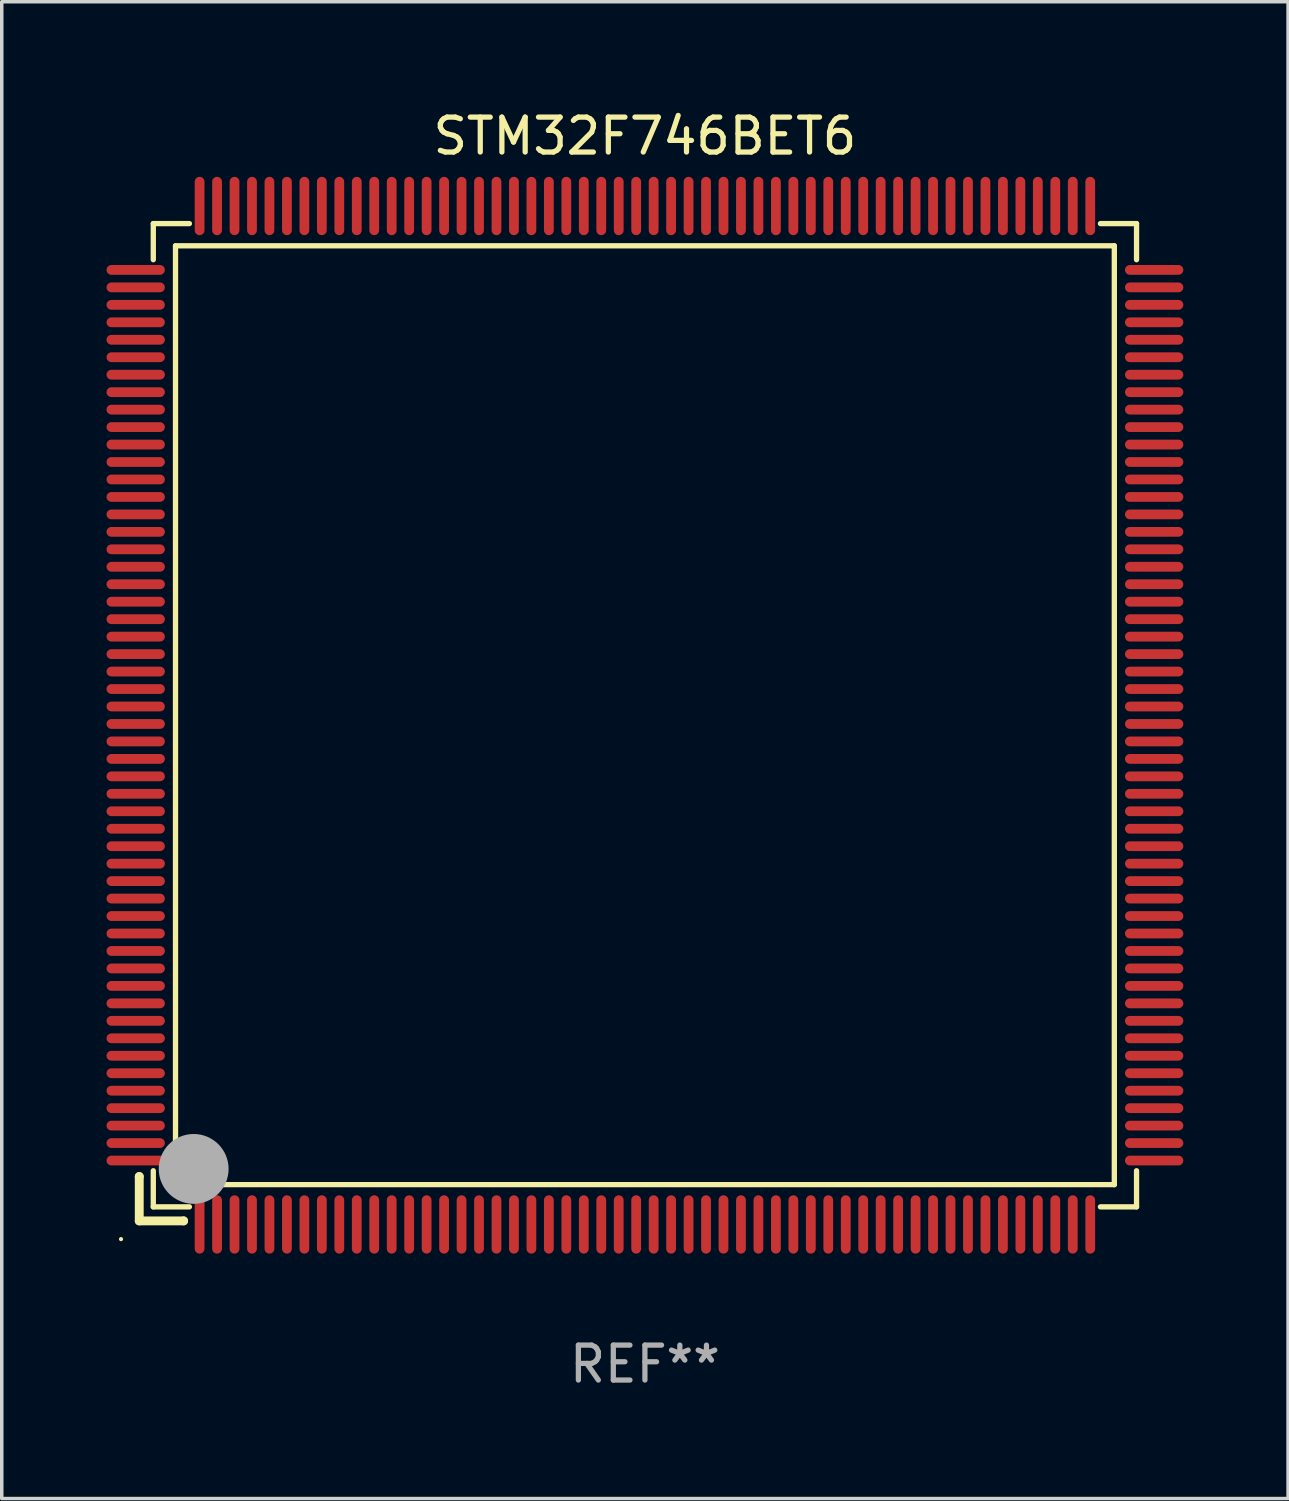
<source format=kicad_pcb>
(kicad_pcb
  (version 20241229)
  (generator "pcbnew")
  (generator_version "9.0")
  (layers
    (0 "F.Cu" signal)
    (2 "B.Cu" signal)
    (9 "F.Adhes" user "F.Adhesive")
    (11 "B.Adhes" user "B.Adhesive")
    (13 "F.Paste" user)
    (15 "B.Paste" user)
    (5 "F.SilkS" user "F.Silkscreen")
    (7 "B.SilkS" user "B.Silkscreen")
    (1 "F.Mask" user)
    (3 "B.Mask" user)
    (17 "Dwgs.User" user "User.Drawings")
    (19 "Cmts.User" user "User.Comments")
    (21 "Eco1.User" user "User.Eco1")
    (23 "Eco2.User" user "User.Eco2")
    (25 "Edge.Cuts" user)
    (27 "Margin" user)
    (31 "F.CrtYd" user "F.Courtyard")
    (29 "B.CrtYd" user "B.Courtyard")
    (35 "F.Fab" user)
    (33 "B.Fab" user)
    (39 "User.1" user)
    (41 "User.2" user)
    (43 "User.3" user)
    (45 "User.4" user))
  (footprint "STM32F746BET6"
    (layer "F.Cu")
    (at 15.415 17.428)
    (property "Reference" "STM32F746BET6" (at 0 -16.58 0) (layer "F.SilkS") (effects (font (size 1 1) (thickness 0.15))))
    (attr through_hole)
    (fp_line (start -14.478 13.208) (end -14.478 13.208) (stroke (width 0.254) (type solid)) (layer "F.SilkS"))
    (fp_line (start -14.478 13.208) (end -14.478 14.478) (stroke (width 0.254) (type solid)) (layer "F.SilkS"))
    (fp_line (start -14.478 14.478) (end -13.208 14.478) (stroke (width 0.254) (type solid)) (layer "F.SilkS"))
    (fp_line (start -14.076 -14.076) (end -14.076 -13.042) (stroke (width 0.152) (type solid)) (layer "F.SilkS"))
    (fp_line (start -14.076 14.076) (end -14.076 13.042) (stroke (width 0.152) (type solid)) (layer "F.SilkS"))
    (fp_line (start -13.44 -13.44) (end 13.44 -13.44) (stroke (width 0.152) (type solid)) (layer "F.SilkS"))
    (fp_line (start -13.44 13.44) (end -13.44 -13.44) (stroke (width 0.152) (type solid)) (layer "F.SilkS"))
    (fp_line (start -13.208 14.478) (end -13.208 14.478) (stroke (width 0.254) (type solid)) (layer "F.SilkS"))
    (fp_line (start -13.042 -14.076) (end -14.076 -14.076) (stroke (width 0.152) (type solid)) (layer "F.SilkS"))
    (fp_line (start -13.042 14.076) (end -14.076 14.076) (stroke (width 0.152) (type solid)) (layer "F.SilkS"))
    (fp_line (start 13.042 -14.076) (end 14.076 -14.076) (stroke (width 0.152) (type solid)) (layer "F.SilkS"))
    (fp_line (start 13.042 14.076) (end 14.076 14.076) (stroke (width 0.152) (type solid)) (layer "F.SilkS"))
    (fp_line (start 13.44 -13.44) (end 13.44 13.44) (stroke (width 0.152) (type solid)) (layer "F.SilkS"))
    (fp_line (start 13.44 13.44) (end -13.44 13.44) (stroke (width 0.152) (type solid)) (layer "F.SilkS"))
    (fp_line (start 14.076 -14.076) (end 14.076 -13.042) (stroke (width 0.152) (type solid)) (layer "F.SilkS"))
    (fp_line (start 14.076 14.076) (end 14.076 13.042) (stroke (width 0.152) (type solid)) (layer "F.SilkS"))
    (fp_circle (center -15 15) (end -14.97 15) (stroke (width 0.06) (type solid)) (fill no) (layer "F.SilkS"))
    (fp_circle (center -13.138 13.138) (end -13.063 13.138) (stroke (width 0.15) (type solid)) (fill no) (layer "F.SilkS"))
    (fp_circle (center -12.92 12.99) (end -12.42 12.99) (stroke (width 1) (type solid)) (fill no) (layer "F.Fab"))
    (fp_text user "REF**" (at 0 18.58 0) (layer "F.Fab") (effects (font (size 1 1) (thickness 0.15))))
    (pad "1" smd oval (at -12.75 14.58) (size 0.28 1.67) (layers "F.Cu" "F.Mask" "F.Paste"))
    (pad "2" smd oval (at -12.25 14.58) (size 0.28 1.67) (layers "F.Cu" "F.Mask" "F.Paste"))
    (pad "3" smd oval (at -11.75 14.58) (size 0.28 1.67) (layers "F.Cu" "F.Mask" "F.Paste"))
    (pad "4" smd oval (at -11.25 14.58) (size 0.28 1.67) (layers "F.Cu" "F.Mask" "F.Paste"))
    (pad "5" smd oval (at -10.75 14.58) (size 0.28 1.67) (layers "F.Cu" "F.Mask" "F.Paste"))
    (pad "6" smd oval (at -10.25 14.58) (size 0.28 1.67) (layers "F.Cu" "F.Mask" "F.Paste"))
    (pad "7" smd oval (at -9.75 14.58) (size 0.28 1.67) (layers "F.Cu" "F.Mask" "F.Paste"))
    (pad "8" smd oval (at -9.25 14.58) (size 0.28 1.67) (layers "F.Cu" "F.Mask" "F.Paste"))
    (pad "9" smd oval (at -8.75 14.58) (size 0.28 1.67) (layers "F.Cu" "F.Mask" "F.Paste"))
    (pad "10" smd oval (at -8.25 14.58) (size 0.28 1.67) (layers "F.Cu" "F.Mask" "F.Paste"))
    (pad "11" smd oval (at -7.75 14.58) (size 0.28 1.67) (layers "F.Cu" "F.Mask" "F.Paste"))
    (pad "12" smd oval (at -7.25 14.58) (size 0.28 1.67) (layers "F.Cu" "F.Mask" "F.Paste"))
    (pad "13" smd oval (at -6.75 14.58) (size 0.28 1.67) (layers "F.Cu" "F.Mask" "F.Paste"))
    (pad "14" smd oval (at -6.25 14.58) (size 0.28 1.67) (layers "F.Cu" "F.Mask" "F.Paste"))
    (pad "15" smd oval (at -5.75 14.58) (size 0.28 1.67) (layers "F.Cu" "F.Mask" "F.Paste"))
    (pad "16" smd oval (at -5.25 14.58) (size 0.28 1.67) (layers "F.Cu" "F.Mask" "F.Paste"))
    (pad "17" smd oval (at -4.75 14.58) (size 0.28 1.67) (layers "F.Cu" "F.Mask" "F.Paste"))
    (pad "18" smd oval (at -4.25 14.58) (size 0.28 1.67) (layers "F.Cu" "F.Mask" "F.Paste"))
    (pad "19" smd oval (at -3.75 14.58) (size 0.28 1.67) (layers "F.Cu" "F.Mask" "F.Paste"))
    (pad "20" smd oval (at -3.25 14.58) (size 0.28 1.67) (layers "F.Cu" "F.Mask" "F.Paste"))
    (pad "21" smd oval (at -2.75 14.58) (size 0.28 1.67) (layers "F.Cu" "F.Mask" "F.Paste"))
    (pad "22" smd oval (at -2.25 14.58) (size 0.28 1.67) (layers "F.Cu" "F.Mask" "F.Paste"))
    (pad "23" smd oval (at -1.75 14.58) (size 0.28 1.67) (layers "F.Cu" "F.Mask" "F.Paste"))
    (pad "24" smd oval (at -1.25 14.58) (size 0.28 1.67) (layers "F.Cu" "F.Mask" "F.Paste"))
    (pad "25" smd oval (at -0.75 14.58) (size 0.28 1.67) (layers "F.Cu" "F.Mask" "F.Paste"))
    (pad "26" smd oval (at -0.25 14.58) (size 0.28 1.67) (layers "F.Cu" "F.Mask" "F.Paste"))
    (pad "27" smd oval (at 0.25 14.58) (size 0.28 1.67) (layers "F.Cu" "F.Mask" "F.Paste"))
    (pad "28" smd oval (at 0.75 14.58) (size 0.28 1.67) (layers "F.Cu" "F.Mask" "F.Paste"))
    (pad "29" smd oval (at 1.25 14.58) (size 0.28 1.67) (layers "F.Cu" "F.Mask" "F.Paste"))
    (pad "30" smd oval (at 1.75 14.58) (size 0.28 1.67) (layers "F.Cu" "F.Mask" "F.Paste"))
    (pad "31" smd oval (at 2.25 14.58) (size 0.28 1.67) (layers "F.Cu" "F.Mask" "F.Paste"))
    (pad "32" smd oval (at 2.75 14.58) (size 0.28 1.67) (layers "F.Cu" "F.Mask" "F.Paste"))
    (pad "33" smd oval (at 3.25 14.58) (size 0.28 1.67) (layers "F.Cu" "F.Mask" "F.Paste"))
    (pad "34" smd oval (at 3.75 14.58) (size 0.28 1.67) (layers "F.Cu" "F.Mask" "F.Paste"))
    (pad "35" smd oval (at 4.25 14.58) (size 0.28 1.67) (layers "F.Cu" "F.Mask" "F.Paste"))
    (pad "36" smd oval (at 4.75 14.58) (size 0.28 1.67) (layers "F.Cu" "F.Mask" "F.Paste"))
    (pad "37" smd oval (at 5.25 14.58) (size 0.28 1.67) (layers "F.Cu" "F.Mask" "F.Paste"))
    (pad "38" smd oval (at 5.75 14.58) (size 0.28 1.67) (layers "F.Cu" "F.Mask" "F.Paste"))
    (pad "39" smd oval (at 6.25 14.58) (size 0.28 1.67) (layers "F.Cu" "F.Mask" "F.Paste"))
    (pad "40" smd oval (at 6.75 14.58) (size 0.28 1.67) (layers "F.Cu" "F.Mask" "F.Paste"))
    (pad "41" smd oval (at 7.25 14.58) (size 0.28 1.67) (layers "F.Cu" "F.Mask" "F.Paste"))
    (pad "42" smd oval (at 7.75 14.58) (size 0.28 1.67) (layers "F.Cu" "F.Mask" "F.Paste"))
    (pad "43" smd oval (at 8.25 14.58) (size 0.28 1.67) (layers "F.Cu" "F.Mask" "F.Paste"))
    (pad "44" smd oval (at 8.75 14.58) (size 0.28 1.67) (layers "F.Cu" "F.Mask" "F.Paste"))
    (pad "45" smd oval (at 9.25 14.58) (size 0.28 1.67) (layers "F.Cu" "F.Mask" "F.Paste"))
    (pad "46" smd oval (at 9.75 14.58) (size 0.28 1.67) (layers "F.Cu" "F.Mask" "F.Paste"))
    (pad "47" smd oval (at 10.25 14.58) (size 0.28 1.67) (layers "F.Cu" "F.Mask" "F.Paste"))
    (pad "48" smd oval (at 10.75 14.58) (size 0.28 1.67) (layers "F.Cu" "F.Mask" "F.Paste"))
    (pad "49" smd oval (at 11.25 14.58) (size 0.28 1.67) (layers "F.Cu" "F.Mask" "F.Paste"))
    (pad "50" smd oval (at 11.75 14.58) (size 0.28 1.67) (layers "F.Cu" "F.Mask" "F.Paste"))
    (pad "51" smd oval (at 12.25 14.58) (size 0.28 1.67) (layers "F.Cu" "F.Mask" "F.Paste"))
    (pad "52" smd oval (at 12.75 14.58) (size 0.28 1.67) (layers "F.Cu" "F.Mask" "F.Paste"))
    (pad "53" smd oval (at 14.58 12.75) (size 1.67 0.28) (layers "F.Cu" "F.Mask" "F.Paste"))
    (pad "54" smd oval (at 14.58 12.25) (size 1.67 0.28) (layers "F.Cu" "F.Mask" "F.Paste"))
    (pad "55" smd oval (at 14.58 11.75) (size 1.67 0.28) (layers "F.Cu" "F.Mask" "F.Paste"))
    (pad "56" smd oval (at 14.58 11.25) (size 1.67 0.28) (layers "F.Cu" "F.Mask" "F.Paste"))
    (pad "57" smd oval (at 14.58 10.75) (size 1.67 0.28) (layers "F.Cu" "F.Mask" "F.Paste"))
    (pad "58" smd oval (at 14.58 10.25) (size 1.67 0.28) (layers "F.Cu" "F.Mask" "F.Paste"))
    (pad "59" smd oval (at 14.58 9.75) (size 1.67 0.28) (layers "F.Cu" "F.Mask" "F.Paste"))
    (pad "60" smd oval (at 14.58 9.25) (size 1.67 0.28) (layers "F.Cu" "F.Mask" "F.Paste"))
    (pad "61" smd oval (at 14.58 8.75) (size 1.67 0.28) (layers "F.Cu" "F.Mask" "F.Paste"))
    (pad "62" smd oval (at 14.58 8.25) (size 1.67 0.28) (layers "F.Cu" "F.Mask" "F.Paste"))
    (pad "63" smd oval (at 14.58 7.75) (size 1.67 0.28) (layers "F.Cu" "F.Mask" "F.Paste"))
    (pad "64" smd oval (at 14.58 7.25) (size 1.67 0.28) (layers "F.Cu" "F.Mask" "F.Paste"))
    (pad "65" smd oval (at 14.58 6.75) (size 1.67 0.28) (layers "F.Cu" "F.Mask" "F.Paste"))
    (pad "66" smd oval (at 14.58 6.25) (size 1.67 0.28) (layers "F.Cu" "F.Mask" "F.Paste"))
    (pad "67" smd oval (at 14.58 5.75) (size 1.67 0.28) (layers "F.Cu" "F.Mask" "F.Paste"))
    (pad "68" smd oval (at 14.58 5.25) (size 1.67 0.28) (layers "F.Cu" "F.Mask" "F.Paste"))
    (pad "69" smd oval (at 14.58 4.75) (size 1.67 0.28) (layers "F.Cu" "F.Mask" "F.Paste"))
    (pad "70" smd oval (at 14.58 4.25) (size 1.67 0.28) (layers "F.Cu" "F.Mask" "F.Paste"))
    (pad "71" smd oval (at 14.58 3.75) (size 1.67 0.28) (layers "F.Cu" "F.Mask" "F.Paste"))
    (pad "72" smd oval (at 14.58 3.25) (size 1.67 0.28) (layers "F.Cu" "F.Mask" "F.Paste"))
    (pad "73" smd oval (at 14.58 2.75) (size 1.67 0.28) (layers "F.Cu" "F.Mask" "F.Paste"))
    (pad "74" smd oval (at 14.58 2.25) (size 1.67 0.28) (layers "F.Cu" "F.Mask" "F.Paste"))
    (pad "75" smd oval (at 14.58 1.75) (size 1.67 0.28) (layers "F.Cu" "F.Mask" "F.Paste"))
    (pad "76" smd oval (at 14.58 1.25) (size 1.67 0.28) (layers "F.Cu" "F.Mask" "F.Paste"))
    (pad "77" smd oval (at 14.58 0.75) (size 1.67 0.28) (layers "F.Cu" "F.Mask" "F.Paste"))
    (pad "78" smd oval (at 14.58 0.25) (size 1.67 0.28) (layers "F.Cu" "F.Mask" "F.Paste"))
    (pad "79" smd oval (at 14.58 -0.25) (size 1.67 0.28) (layers "F.Cu" "F.Mask" "F.Paste"))
    (pad "80" smd oval (at 14.58 -0.75) (size 1.67 0.28) (layers "F.Cu" "F.Mask" "F.Paste"))
    (pad "81" smd oval (at 14.58 -1.25) (size 1.67 0.28) (layers "F.Cu" "F.Mask" "F.Paste"))
    (pad "82" smd oval (at 14.58 -1.75) (size 1.67 0.28) (layers "F.Cu" "F.Mask" "F.Paste"))
    (pad "83" smd oval (at 14.58 -2.25) (size 1.67 0.28) (layers "F.Cu" "F.Mask" "F.Paste"))
    (pad "84" smd oval (at 14.58 -2.75) (size 1.67 0.28) (layers "F.Cu" "F.Mask" "F.Paste"))
    (pad "85" smd oval (at 14.58 -3.25) (size 1.67 0.28) (layers "F.Cu" "F.Mask" "F.Paste"))
    (pad "86" smd oval (at 14.58 -3.75) (size 1.67 0.28) (layers "F.Cu" "F.Mask" "F.Paste"))
    (pad "87" smd oval (at 14.58 -4.25) (size 1.67 0.28) (layers "F.Cu" "F.Mask" "F.Paste"))
    (pad "88" smd oval (at 14.58 -4.75) (size 1.67 0.28) (layers "F.Cu" "F.Mask" "F.Paste"))
    (pad "89" smd oval (at 14.58 -5.25) (size 1.67 0.28) (layers "F.Cu" "F.Mask" "F.Paste"))
    (pad "90" smd oval (at 14.58 -5.75) (size 1.67 0.28) (layers "F.Cu" "F.Mask" "F.Paste"))
    (pad "91" smd oval (at 14.58 -6.25) (size 1.67 0.28) (layers "F.Cu" "F.Mask" "F.Paste"))
    (pad "92" smd oval (at 14.58 -6.75) (size 1.67 0.28) (layers "F.Cu" "F.Mask" "F.Paste"))
    (pad "93" smd oval (at 14.58 -7.25) (size 1.67 0.28) (layers "F.Cu" "F.Mask" "F.Paste"))
    (pad "94" smd oval (at 14.58 -7.75) (size 1.67 0.28) (layers "F.Cu" "F.Mask" "F.Paste"))
    (pad "95" smd oval (at 14.58 -8.25) (size 1.67 0.28) (layers "F.Cu" "F.Mask" "F.Paste"))
    (pad "96" smd oval (at 14.58 -8.75) (size 1.67 0.28) (layers "F.Cu" "F.Mask" "F.Paste"))
    (pad "97" smd oval (at 14.58 -9.25) (size 1.67 0.28) (layers "F.Cu" "F.Mask" "F.Paste"))
    (pad "98" smd oval (at 14.58 -9.75) (size 1.67 0.28) (layers "F.Cu" "F.Mask" "F.Paste"))
    (pad "99" smd oval (at 14.58 -10.25) (size 1.67 0.28) (layers "F.Cu" "F.Mask" "F.Paste"))
    (pad "100" smd oval (at 14.58 -10.75) (size 1.67 0.28) (layers "F.Cu" "F.Mask" "F.Paste"))
    (pad "101" smd oval (at 14.58 -11.25) (size 1.67 0.28) (layers "F.Cu" "F.Mask" "F.Paste"))
    (pad "102" smd oval (at 14.58 -11.75) (size 1.67 0.28) (layers "F.Cu" "F.Mask" "F.Paste"))
    (pad "103" smd oval (at 14.58 -12.25) (size 1.67 0.28) (layers "F.Cu" "F.Mask" "F.Paste"))
    (pad "104" smd oval (at 14.58 -12.75) (size 1.67 0.28) (layers "F.Cu" "F.Mask" "F.Paste"))
    (pad "105" smd oval (at 12.75 -14.58) (size 0.28 1.67) (layers "F.Cu" "F.Mask" "F.Paste"))
    (pad "106" smd oval (at 12.25 -14.58) (size 0.28 1.67) (layers "F.Cu" "F.Mask" "F.Paste"))
    (pad "107" smd oval (at 11.75 -14.58) (size 0.28 1.67) (layers "F.Cu" "F.Mask" "F.Paste"))
    (pad "108" smd oval (at 11.25 -14.58) (size 0.28 1.67) (layers "F.Cu" "F.Mask" "F.Paste"))
    (pad "109" smd oval (at 10.75 -14.58) (size 0.28 1.67) (layers "F.Cu" "F.Mask" "F.Paste"))
    (pad "110" smd oval (at 10.25 -14.58) (size 0.28 1.67) (layers "F.Cu" "F.Mask" "F.Paste"))
    (pad "111" smd oval (at 9.75 -14.58) (size 0.28 1.67) (layers "F.Cu" "F.Mask" "F.Paste"))
    (pad "112" smd oval (at 9.25 -14.58) (size 0.28 1.67) (layers "F.Cu" "F.Mask" "F.Paste"))
    (pad "113" smd oval (at 8.75 -14.58) (size 0.28 1.67) (layers "F.Cu" "F.Mask" "F.Paste"))
    (pad "114" smd oval (at 8.25 -14.58) (size 0.28 1.67) (layers "F.Cu" "F.Mask" "F.Paste"))
    (pad "115" smd oval (at 7.75 -14.58) (size 0.28 1.67) (layers "F.Cu" "F.Mask" "F.Paste"))
    (pad "116" smd oval (at 7.25 -14.58) (size 0.28 1.67) (layers "F.Cu" "F.Mask" "F.Paste"))
    (pad "117" smd oval (at 6.75 -14.58) (size 0.28 1.67) (layers "F.Cu" "F.Mask" "F.Paste"))
    (pad "118" smd oval (at 6.25 -14.58) (size 0.28 1.67) (layers "F.Cu" "F.Mask" "F.Paste"))
    (pad "119" smd oval (at 5.75 -14.58) (size 0.28 1.67) (layers "F.Cu" "F.Mask" "F.Paste"))
    (pad "120" smd oval (at 5.25 -14.58) (size 0.28 1.67) (layers "F.Cu" "F.Mask" "F.Paste"))
    (pad "121" smd oval (at 4.75 -14.58) (size 0.28 1.67) (layers "F.Cu" "F.Mask" "F.Paste"))
    (pad "122" smd oval (at 4.25 -14.58) (size 0.28 1.67) (layers "F.Cu" "F.Mask" "F.Paste"))
    (pad "123" smd oval (at 3.75 -14.58) (size 0.28 1.67) (layers "F.Cu" "F.Mask" "F.Paste"))
    (pad "124" smd oval (at 3.25 -14.58) (size 0.28 1.67) (layers "F.Cu" "F.Mask" "F.Paste"))
    (pad "125" smd oval (at 2.75 -14.58) (size 0.28 1.67) (layers "F.Cu" "F.Mask" "F.Paste"))
    (pad "126" smd oval (at 2.25 -14.58) (size 0.28 1.67) (layers "F.Cu" "F.Mask" "F.Paste"))
    (pad "127" smd oval (at 1.75 -14.58) (size 0.28 1.67) (layers "F.Cu" "F.Mask" "F.Paste"))
    (pad "128" smd oval (at 1.25 -14.58) (size 0.28 1.67) (layers "F.Cu" "F.Mask" "F.Paste"))
    (pad "129" smd oval (at 0.75 -14.58) (size 0.28 1.67) (layers "F.Cu" "F.Mask" "F.Paste"))
    (pad "130" smd oval (at 0.25 -14.58) (size 0.28 1.67) (layers "F.Cu" "F.Mask" "F.Paste"))
    (pad "131" smd oval (at -0.25 -14.58) (size 0.28 1.67) (layers "F.Cu" "F.Mask" "F.Paste"))
    (pad "132" smd oval (at -0.75 -14.58) (size 0.28 1.67) (layers "F.Cu" "F.Mask" "F.Paste"))
    (pad "133" smd oval (at -1.25 -14.58) (size 0.28 1.67) (layers "F.Cu" "F.Mask" "F.Paste"))
    (pad "134" smd oval (at -1.75 -14.58) (size 0.28 1.67) (layers "F.Cu" "F.Mask" "F.Paste"))
    (pad "135" smd oval (at -2.25 -14.58) (size 0.28 1.67) (layers "F.Cu" "F.Mask" "F.Paste"))
    (pad "136" smd oval (at -2.75 -14.58) (size 0.28 1.67) (layers "F.Cu" "F.Mask" "F.Paste"))
    (pad "137" smd oval (at -3.25 -14.58) (size 0.28 1.67) (layers "F.Cu" "F.Mask" "F.Paste"))
    (pad "138" smd oval (at -3.75 -14.58) (size 0.28 1.67) (layers "F.Cu" "F.Mask" "F.Paste"))
    (pad "139" smd oval (at -4.25 -14.58) (size 0.28 1.67) (layers "F.Cu" "F.Mask" "F.Paste"))
    (pad "140" smd oval (at -4.75 -14.58) (size 0.28 1.67) (layers "F.Cu" "F.Mask" "F.Paste"))
    (pad "141" smd oval (at -5.25 -14.58) (size 0.28 1.67) (layers "F.Cu" "F.Mask" "F.Paste"))
    (pad "142" smd oval (at -5.75 -14.58) (size 0.28 1.67) (layers "F.Cu" "F.Mask" "F.Paste"))
    (pad "143" smd oval (at -6.25 -14.58) (size 0.28 1.67) (layers "F.Cu" "F.Mask" "F.Paste"))
    (pad "144" smd oval (at -6.75 -14.58) (size 0.28 1.67) (layers "F.Cu" "F.Mask" "F.Paste"))
    (pad "145" smd oval (at -7.25 -14.58) (size 0.28 1.67) (layers "F.Cu" "F.Mask" "F.Paste"))
    (pad "146" smd oval (at -7.75 -14.58) (size 0.28 1.67) (layers "F.Cu" "F.Mask" "F.Paste"))
    (pad "147" smd oval (at -8.25 -14.58) (size 0.28 1.67) (layers "F.Cu" "F.Mask" "F.Paste"))
    (pad "148" smd oval (at -8.75 -14.58) (size 0.28 1.67) (layers "F.Cu" "F.Mask" "F.Paste"))
    (pad "149" smd oval (at -9.25 -14.58) (size 0.28 1.67) (layers "F.Cu" "F.Mask" "F.Paste"))
    (pad "150" smd oval (at -9.75 -14.58) (size 0.28 1.67) (layers "F.Cu" "F.Mask" "F.Paste"))
    (pad "151" smd oval (at -10.25 -14.58) (size 0.28 1.67) (layers "F.Cu" "F.Mask" "F.Paste"))
    (pad "152" smd oval (at -10.75 -14.58) (size 0.28 1.67) (layers "F.Cu" "F.Mask" "F.Paste"))
    (pad "153" smd oval (at -11.25 -14.58) (size 0.28 1.67) (layers "F.Cu" "F.Mask" "F.Paste"))
    (pad "154" smd oval (at -11.75 -14.58) (size 0.28 1.67) (layers "F.Cu" "F.Mask" "F.Paste"))
    (pad "155" smd oval (at -12.25 -14.58) (size 0.28 1.67) (layers "F.Cu" "F.Mask" "F.Paste"))
    (pad "156" smd oval (at -12.75 -14.58) (size 0.28 1.67) (layers "F.Cu" "F.Mask" "F.Paste"))
    (pad "157" smd oval (at -14.58 -12.75) (size 1.67 0.28) (layers "F.Cu" "F.Mask" "F.Paste"))
    (pad "158" smd oval (at -14.58 -12.25) (size 1.67 0.28) (layers "F.Cu" "F.Mask" "F.Paste"))
    (pad "159" smd oval (at -14.58 -11.75) (size 1.67 0.28) (layers "F.Cu" "F.Mask" "F.Paste"))
    (pad "160" smd oval (at -14.58 -11.25) (size 1.67 0.28) (layers "F.Cu" "F.Mask" "F.Paste"))
    (pad "161" smd oval (at -14.58 -10.75) (size 1.67 0.28) (layers "F.Cu" "F.Mask" "F.Paste"))
    (pad "162" smd oval (at -14.58 -10.25) (size 1.67 0.28) (layers "F.Cu" "F.Mask" "F.Paste"))
    (pad "163" smd oval (at -14.58 -9.75) (size 1.67 0.28) (layers "F.Cu" "F.Mask" "F.Paste"))
    (pad "164" smd oval (at -14.58 -9.25) (size 1.67 0.28) (layers "F.Cu" "F.Mask" "F.Paste"))
    (pad "165" smd oval (at -14.58 -8.75) (size 1.67 0.28) (layers "F.Cu" "F.Mask" "F.Paste"))
    (pad "166" smd oval (at -14.58 -8.25) (size 1.67 0.28) (layers "F.Cu" "F.Mask" "F.Paste"))
    (pad "167" smd oval (at -14.58 -7.75) (size 1.67 0.28) (layers "F.Cu" "F.Mask" "F.Paste"))
    (pad "168" smd oval (at -14.58 -7.25) (size 1.67 0.28) (layers "F.Cu" "F.Mask" "F.Paste"))
    (pad "169" smd oval (at -14.58 -6.75) (size 1.67 0.28) (layers "F.Cu" "F.Mask" "F.Paste"))
    (pad "170" smd oval (at -14.58 -6.25) (size 1.67 0.28) (layers "F.Cu" "F.Mask" "F.Paste"))
    (pad "171" smd oval (at -14.58 -5.75) (size 1.67 0.28) (layers "F.Cu" "F.Mask" "F.Paste"))
    (pad "172" smd oval (at -14.58 -5.25) (size 1.67 0.28) (layers "F.Cu" "F.Mask" "F.Paste"))
    (pad "173" smd oval (at -14.58 -4.75) (size 1.67 0.28) (layers "F.Cu" "F.Mask" "F.Paste"))
    (pad "174" smd oval (at -14.58 -4.25) (size 1.67 0.28) (layers "F.Cu" "F.Mask" "F.Paste"))
    (pad "175" smd oval (at -14.58 -3.75) (size 1.67 0.28) (layers "F.Cu" "F.Mask" "F.Paste"))
    (pad "176" smd oval (at -14.58 -3.25) (size 1.67 0.28) (layers "F.Cu" "F.Mask" "F.Paste"))
    (pad "177" smd oval (at -14.58 -2.75) (size 1.67 0.28) (layers "F.Cu" "F.Mask" "F.Paste"))
    (pad "178" smd oval (at -14.58 -2.25) (size 1.67 0.28) (layers "F.Cu" "F.Mask" "F.Paste"))
    (pad "179" smd oval (at -14.58 -1.75) (size 1.67 0.28) (layers "F.Cu" "F.Mask" "F.Paste"))
    (pad "180" smd oval (at -14.58 -1.25) (size 1.67 0.28) (layers "F.Cu" "F.Mask" "F.Paste"))
    (pad "181" smd oval (at -14.58 -0.75) (size 1.67 0.28) (layers "F.Cu" "F.Mask" "F.Paste"))
    (pad "182" smd oval (at -14.58 -0.25) (size 1.67 0.28) (layers "F.Cu" "F.Mask" "F.Paste"))
    (pad "183" smd oval (at -14.58 0.25) (size 1.67 0.28) (layers "F.Cu" "F.Mask" "F.Paste"))
    (pad "184" smd oval (at -14.58 0.75) (size 1.67 0.28) (layers "F.Cu" "F.Mask" "F.Paste"))
    (pad "185" smd oval (at -14.58 1.25) (size 1.67 0.28) (layers "F.Cu" "F.Mask" "F.Paste"))
    (pad "186" smd oval (at -14.58 1.75) (size 1.67 0.28) (layers "F.Cu" "F.Mask" "F.Paste"))
    (pad "187" smd oval (at -14.58 2.25) (size 1.67 0.28) (layers "F.Cu" "F.Mask" "F.Paste"))
    (pad "188" smd oval (at -14.58 2.75) (size 1.67 0.28) (layers "F.Cu" "F.Mask" "F.Paste"))
    (pad "189" smd oval (at -14.58 3.25) (size 1.67 0.28) (layers "F.Cu" "F.Mask" "F.Paste"))
    (pad "190" smd oval (at -14.58 3.75) (size 1.67 0.28) (layers "F.Cu" "F.Mask" "F.Paste"))
    (pad "191" smd oval (at -14.58 4.25) (size 1.67 0.28) (layers "F.Cu" "F.Mask" "F.Paste"))
    (pad "192" smd oval (at -14.58 4.75) (size 1.67 0.28) (layers "F.Cu" "F.Mask" "F.Paste"))
    (pad "193" smd oval (at -14.58 5.25) (size 1.67 0.28) (layers "F.Cu" "F.Mask" "F.Paste"))
    (pad "194" smd oval (at -14.58 5.75) (size 1.67 0.28) (layers "F.Cu" "F.Mask" "F.Paste"))
    (pad "195" smd oval (at -14.58 6.25) (size 1.67 0.28) (layers "F.Cu" "F.Mask" "F.Paste"))
    (pad "196" smd oval (at -14.58 6.75) (size 1.67 0.28) (layers "F.Cu" "F.Mask" "F.Paste"))
    (pad "197" smd oval (at -14.58 7.25) (size 1.67 0.28) (layers "F.Cu" "F.Mask" "F.Paste"))
    (pad "198" smd oval (at -14.58 7.75) (size 1.67 0.28) (layers "F.Cu" "F.Mask" "F.Paste"))
    (pad "199" smd oval (at -14.58 8.25) (size 1.67 0.28) (layers "F.Cu" "F.Mask" "F.Paste"))
    (pad "200" smd oval (at -14.58 8.75) (size 1.67 0.28) (layers "F.Cu" "F.Mask" "F.Paste"))
    (pad "201" smd oval (at -14.58 9.25) (size 1.67 0.28) (layers "F.Cu" "F.Mask" "F.Paste"))
    (pad "202" smd oval (at -14.58 9.75) (size 1.67 0.28) (layers "F.Cu" "F.Mask" "F.Paste"))
    (pad "203" smd oval (at -14.58 10.25) (size 1.67 0.28) (layers "F.Cu" "F.Mask" "F.Paste"))
    (pad "204" smd oval (at -14.58 10.75) (size 1.67 0.28) (layers "F.Cu" "F.Mask" "F.Paste"))
    (pad "205" smd oval (at -14.58 11.25) (size 1.67 0.28) (layers "F.Cu" "F.Mask" "F.Paste"))
    (pad "206" smd oval (at -14.58 11.75) (size 1.67 0.28) (layers "F.Cu" "F.Mask" "F.Paste"))
    (pad "207" smd oval (at -14.58 12.25) (size 1.67 0.28) (layers "F.Cu" "F.Mask" "F.Paste"))
    (pad "208" smd oval (at -14.58 12.75) (size 1.67 0.28) (layers "F.Cu" "F.Mask" "F.Paste")))
  (gr_rect
    (start -3 -3)
    (end 33.83 39.856)
    (stroke (width 0.1) (type default))
    (fill no)
    (layer "Edge.Cuts")))
</source>
